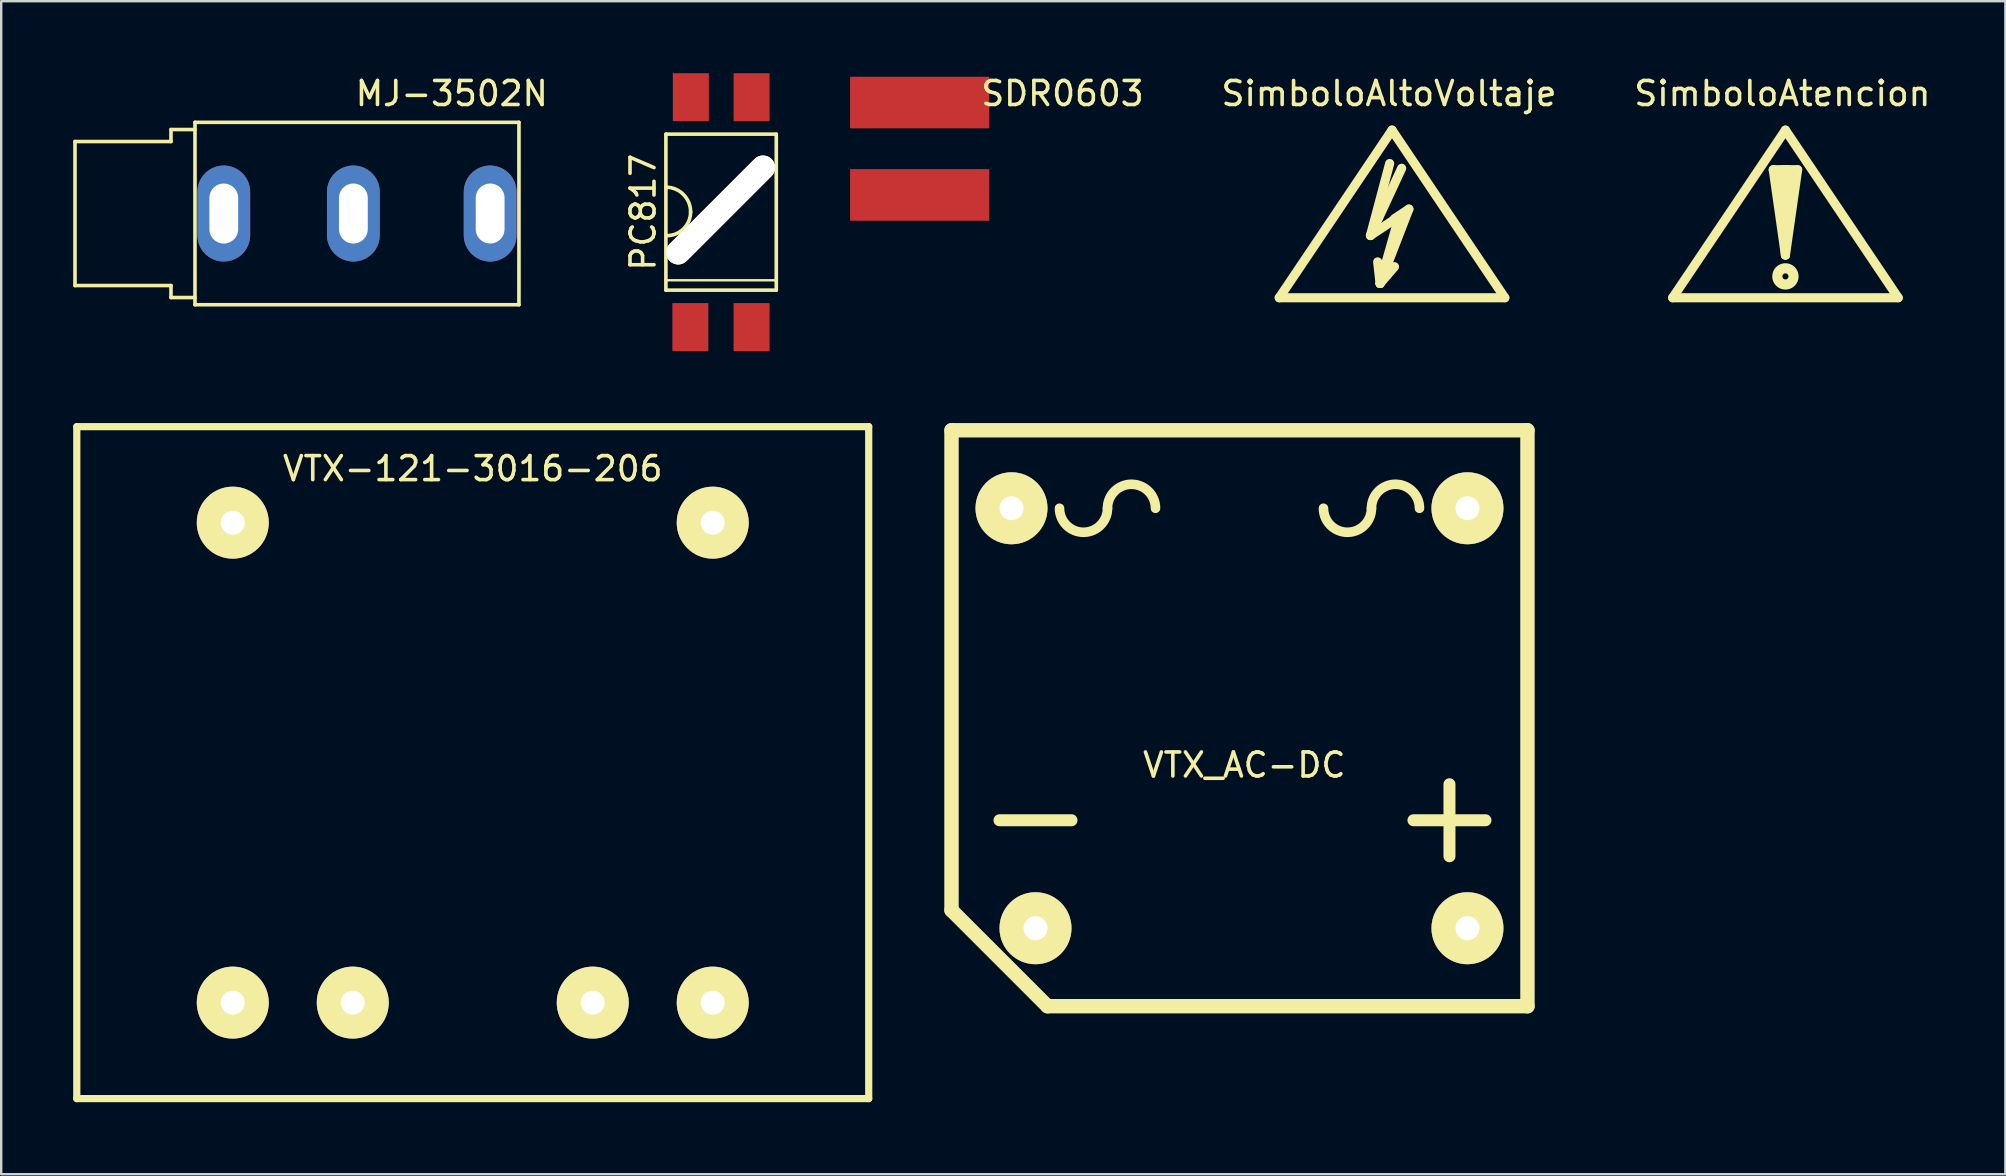
<source format=kicad_pcb>
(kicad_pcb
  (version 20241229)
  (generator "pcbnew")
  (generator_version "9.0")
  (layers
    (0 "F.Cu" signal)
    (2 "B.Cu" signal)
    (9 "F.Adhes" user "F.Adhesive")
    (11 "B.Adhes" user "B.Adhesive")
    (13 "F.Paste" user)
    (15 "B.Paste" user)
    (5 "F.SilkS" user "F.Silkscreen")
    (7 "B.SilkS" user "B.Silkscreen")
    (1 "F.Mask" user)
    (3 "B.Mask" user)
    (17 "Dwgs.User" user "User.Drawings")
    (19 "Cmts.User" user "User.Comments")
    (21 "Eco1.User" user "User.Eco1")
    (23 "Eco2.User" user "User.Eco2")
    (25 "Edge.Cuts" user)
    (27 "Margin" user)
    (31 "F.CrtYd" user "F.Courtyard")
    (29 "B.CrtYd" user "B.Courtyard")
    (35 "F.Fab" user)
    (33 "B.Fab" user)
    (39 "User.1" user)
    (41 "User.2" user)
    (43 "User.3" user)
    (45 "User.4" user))
  (footprint "VTX_AC-DC"
    (layer "F.Cu")
    (at 48.6 26.88)
    (property "Reference" "VTX_AC-DC" (at 0.2 1.95 0) (layer "F.SilkS") (effects (font (size 1 1) (thickness 0.15))))
    (attr through_hole)
    (fp_line (start -12 -12) (end -12 8) (stroke (width 0.6) (type solid)) (layer "F.SilkS"))
    (fp_line (start -12 8) (end -8 12) (stroke (width 0.6) (type solid)) (layer "F.SilkS"))
    (fp_line (start -10 4.25) (end -7 4.25) (stroke (width 0.5) (type solid)) (layer "F.SilkS"))
    (fp_line (start -8 12) (end 12 12) (stroke (width 0.6) (type solid)) (layer "F.SilkS"))
    (fp_line (start 7.25 4.25) (end 10.25 4.25) (stroke (width 0.5) (type solid)) (layer "F.SilkS"))
    (fp_line (start 8.75 2.75) (end 8.75 5.75) (stroke (width 0.5) (type solid)) (layer "F.SilkS"))
    (fp_line (start 12 -12) (end -12 -12) (stroke (width 0.6) (type solid)) (layer "F.SilkS"))
    (fp_line (start 12 12) (end 12 -12) (stroke (width 0.6) (type solid)) (layer "F.SilkS"))
    (fp_arc (start -5.5 -8.75) (mid -6.5 -7.75) (end -7.5 -8.75) (stroke (width 0.4) (type solid)) (layer "F.SilkS"))
    (fp_arc (start -5.5 -8.75) (mid -4.5 -9.75) (end -3.5 -8.75) (stroke (width 0.4) (type solid)) (layer "F.SilkS"))
    (fp_arc (start 5.5 -8.75) (mid 4.5 -7.75) (end 3.5 -8.75) (stroke (width 0.4) (type solid)) (layer "F.SilkS"))
    (fp_arc (start 5.5 -8.75) (mid 6.5 -9.75) (end 7.5 -8.75) (stroke (width 0.4) (type solid)) (layer "F.SilkS"))
    (pad "1" thru_hole circle (at 9.5 -8.75) (size 3 3) (drill 1) (layers "*.Cu" "*.Mask" "F.SilkS"))
    (pad "2" thru_hole circle (at -9.5 -8.75) (size 3 3) (drill 1) (layers "*.Cu" "*.Mask" "F.SilkS"))
    (pad "3" thru_hole circle (at -8.5 8.75) (size 3 3) (drill 1) (layers "*.Cu" "*.Mask" "F.SilkS"))
    (pad "4" thru_hole circle (at 9.5 8.75) (size 3 3) (drill 1) (layers "*.Cu" "*.Mask" "F.SilkS")))
  (footprint "VTX-121-3016-206"
    (layer "F.Cu")
    (at 16.65 28.73)
    (property "Reference" "VTX-121-3016-206" (at 0 -12.25 0) (layer "F.SilkS") (effects (font (size 1 1) (thickness 0.15))))
    (attr through_hole)
    (fp_line (start -16.5 -14) (end -16.5 14) (stroke (width 0.3) (type solid)) (layer "F.SilkS"))
    (fp_line (start -16.5 -14) (end 16.5 -14) (stroke (width 0.3) (type solid)) (layer "F.SilkS"))
    (fp_line (start 16.5 -14) (end 16.5 14) (stroke (width 0.3) (type solid)) (layer "F.SilkS"))
    (fp_line (start 16.5 14) (end -16.5 14) (stroke (width 0.3) (type solid)) (layer "F.SilkS"))
    (pad "1" thru_hole circle (at 10 -10) (size 3 3) (drill 1) (layers "*.Cu" "*.Mask" "F.SilkS"))
    (pad "2" thru_hole circle (at -10 -10) (size 3 3) (drill 1) (layers "*.Cu" "*.Mask" "F.SilkS"))
    (pad "3" thru_hole circle (at 10 10) (size 3 3) (drill 1) (layers "*.Cu" "*.Mask" "F.SilkS"))
    (pad "4" thru_hole circle (at 5 10) (size 3 3) (drill 1) (layers "*.Cu" "*.Mask" "F.SilkS"))
    (pad "5" thru_hole circle (at -5 10) (size 3 3) (drill 1) (layers "*.Cu" "*.Mask" "F.SilkS"))
    (pad "6" thru_hole circle (at -10 10) (size 3 3) (drill 1) (layers "*.Cu" "*.Mask" "F.SilkS")))
  (footprint "PC817"
    (layer "F.Cu")
    (at 26.998 5.79)
    (property "Reference" "PC817" (at -3.25 0 90) (layer "F.SilkS") (effects (font (size 1 1) (thickness 0.15))))
    (attr through_hole)
    (fp_line (start -2.31 2.84) (end 2.23 2.84) (stroke (width 0.1) (type solid)) (layer "F.SilkS"))
    (fp_line (start -2.3 -3.25) (end -2.3 3.25) (stroke (width 0.15) (type solid)) (layer "F.SilkS"))
    (fp_line (start -2.3 3.25) (end 2.3 3.25) (stroke (width 0.15) (type solid)) (layer "F.SilkS"))
    (fp_line (start 2.3 -3.25) (end -2.3 -3.25) (stroke (width 0.15) (type solid)) (layer "F.SilkS"))
    (fp_line (start 2.3 3.25) (end 2.3 -3.25) (stroke (width 0.15) (type solid)) (layer "F.SilkS"))
    (fp_arc (start -2.29 -1.04) (mid -1.564609 -0.731249) (end -1.27 0) (stroke (width 0.15) (type solid)) (layer "F.SilkS"))
    (fp_arc (start -1.27 -0.01) (mid -1.559964 0.690036) (end -2.26 0.98) (stroke (width 0.15) (type solid)) (layer "F.SilkS"))
    (pad "" thru_hole oval (at -0.02 -0.09 45) (size 6 1) (drill oval 6 1) (layers "*.Cu" "*.Mask" "F.SilkS"))
    (pad "1" smd rect (at -1.28 4.79) (size 1.5 2) (layers "F.Cu" "F.Mask" "F.Paste"))
    (pad "2" smd rect (at 1.27 4.79) (size 1.5 2) (layers "F.Cu" "F.Mask" "F.Paste"))
    (pad "3" smd rect (at 1.27 -4.79) (size 1.5 2) (layers "F.Cu" "F.Mask" "F.Paste"))
    (pad "4" smd rect (at -1.26 -4.79) (size 1.5 2) (layers "F.Cu" "F.Mask" "F.Paste")))
  (footprint "SDR0603"
    (layer "F.Cu")
    (at 35.273 3.148)
    (property "Reference" "SDR0603" (at 5.95 -2.3 0) (layer "F.SilkS") (effects (font (size 1 1) (thickness 0.15))))
    (attr through_hole)
    (pad "1" smd rect (at 0 -1.925) (size 5.8 2.15) (layers "F.Cu" "F.Mask" "F.Paste"))
    (pad "2" smd rect (at 0 1.925) (size 5.8 2.15) (layers "F.Cu" "F.Mask" "F.Paste")))
  (footprint "SimboloAtencion"
    (layer "F.Cu")
    (at 71.35 6.563)
    (property "Reference" "SimboloAtencion" (at -0.127 -5.715 0) (layer "F.SilkS") (effects (font (size 1 1) (thickness 0.15))))
    (attr through_hole)
    (fp_line (start -4.699 2.794) (end 0 -4.191) (stroke (width 0.381) (type solid)) (layer "F.SilkS"))
    (fp_line (start -0.508 -2.54) (end 0 -2.54) (stroke (width 0.381) (type solid)) (layer "F.SilkS"))
    (fp_line (start 0 -4.191) (end 4.699 2.794) (stroke (width 0.381) (type solid)) (layer "F.SilkS"))
    (fp_line (start 0 -2.54) (end 0.508 -2.54) (stroke (width 0.381) (type solid)) (layer "F.SilkS"))
    (fp_line (start 0 0.889) (end 0.127 -2.54) (stroke (width 0.381) (type solid)) (layer "F.SilkS"))
    (fp_line (start 0 1.016) (end -0.508 -2.54) (stroke (width 0.381) (type solid)) (layer "F.SilkS"))
    (fp_line (start 0 1.016) (end -0.127 -2.54) (stroke (width 0.381) (type solid)) (layer "F.SilkS"))
    (fp_line (start 0.508 -2.54) (end 0 1.016) (stroke (width 0.381) (type solid)) (layer "F.SilkS"))
    (fp_line (start 4.699 2.794) (end -4.699 2.794) (stroke (width 0.381) (type solid)) (layer "F.SilkS"))
    (fp_circle (center 0 1.905) (end 0 2.032) (stroke (width 0.381) (type solid)) (fill no) (layer "F.SilkS"))
    (fp_circle (center 0 1.905) (end 0.254 2.159) (stroke (width 0.381) (type solid)) (fill no) (layer "F.SilkS")))
  (footprint "MJ-3502N"
    (layer "F.Cu")
    (at 5.075 5.848)
    (property "Reference" "MJ-3502N" (at 10.7 -5 0) (layer "F.SilkS") (effects (font (size 1 1) (thickness 0.15))))
    (attr through_hole)
    (fp_line (start -5 -3) (end -5 3) (stroke (width 0.15) (type solid)) (layer "F.SilkS"))
    (fp_line (start -1 -3.5) (end -1 -3) (stroke (width 0.15) (type solid)) (layer "F.SilkS"))
    (fp_line (start -1 -3) (end -5 -3) (stroke (width 0.15) (type solid)) (layer "F.SilkS"))
    (fp_line (start -1 3) (end -5 3) (stroke (width 0.15) (type solid)) (layer "F.SilkS"))
    (fp_line (start -1 3) (end -1 3.5) (stroke (width 0.15) (type solid)) (layer "F.SilkS"))
    (fp_line (start 0 -3.8) (end 0 3.8) (stroke (width 0.15) (type solid)) (layer "F.SilkS"))
    (fp_line (start 0 -3.8) (end 13.5 -3.8) (stroke (width 0.15) (type solid)) (layer "F.SilkS"))
    (fp_line (start 0 -3.5) (end -1 -3.5) (stroke (width 0.15) (type solid)) (layer "F.SilkS"))
    (fp_line (start 0 3.5) (end -1 3.5) (stroke (width 0.15) (type solid)) (layer "F.SilkS"))
    (fp_line (start 0 3.8) (end 13.5 3.8) (stroke (width 0.15) (type solid)) (layer "F.SilkS"))
    (fp_line (start 13.5 -3.8) (end 13.5 3.8) (stroke (width 0.15) (type solid)) (layer "F.SilkS"))
    (pad "1" thru_hole oval (at 1.2 0) (size 2.2 4) (drill oval 1.2 2.5) (layers "*.Cu" "*.Mask"))
    (pad "2" thru_hole oval (at 6.6 0) (size 2.2 4) (drill oval 1.2 2.5) (layers "*.Cu" "*.Mask"))
    (pad "3" thru_hole oval (at 12.3 0) (size 2.2 4) (drill oval 1.2 2.5) (layers "*.Cu" "*.Mask")))
  (footprint "SimboloAltoVoltaje"
    (layer "F.Cu")
    (at 54.957 6.563)
    (property "Reference" "SimboloAltoVoltaje" (at -0.127 -5.715 0) (layer "F.SilkS") (effects (font (size 1 1) (thickness 0.15))))
    (attr through_hole)
    (fp_line (start -4.699 2.794) (end 0 -4.191) (stroke (width 0.381) (type solid)) (layer "F.SilkS"))
    (fp_line (start -0.899 0.201) (end 0.3 -0.599) (stroke (width 0.381) (type solid)) (layer "F.SilkS"))
    (fp_line (start -0.899 0.201) (end 0.401 -2.601) (stroke (width 0.381) (type solid)) (layer "F.SilkS"))
    (fp_line (start -0.498 2.2) (end -0.599 1.3) (stroke (width 0.381) (type solid)) (layer "F.SilkS"))
    (fp_line (start -0.498 2.2) (end 0.102 1.501) (stroke (width 0.381) (type solid)) (layer "F.SilkS"))
    (fp_line (start -0.498 2.2) (end 0.701 -0.899) (stroke (width 0.381) (type solid)) (layer "F.SilkS"))
    (fp_line (start -0.099 -2.799) (end -0.899 0.201) (stroke (width 0.381) (type solid)) (layer "F.SilkS"))
    (fp_line (start 0 -4.191) (end 4.699 2.794) (stroke (width 0.381) (type solid)) (layer "F.SilkS"))
    (fp_line (start 0.3 -0.599) (end -0.498 2.2) (stroke (width 0.381) (type solid)) (layer "F.SilkS"))
    (fp_line (start 0.701 -0.899) (end 0.102 -0.5) (stroke (width 0.381) (type solid)) (layer "F.SilkS"))
    (fp_line (start 4.699 2.794) (end -4.699 2.794) (stroke (width 0.381) (type solid)) (layer "F.SilkS")))
  (gr_rect
    (start -3 -3)
    (end 80.515 45.88)
    (stroke (width 0.1) (type default))
    (fill no)
    (layer "Edge.Cuts")))
</source>
